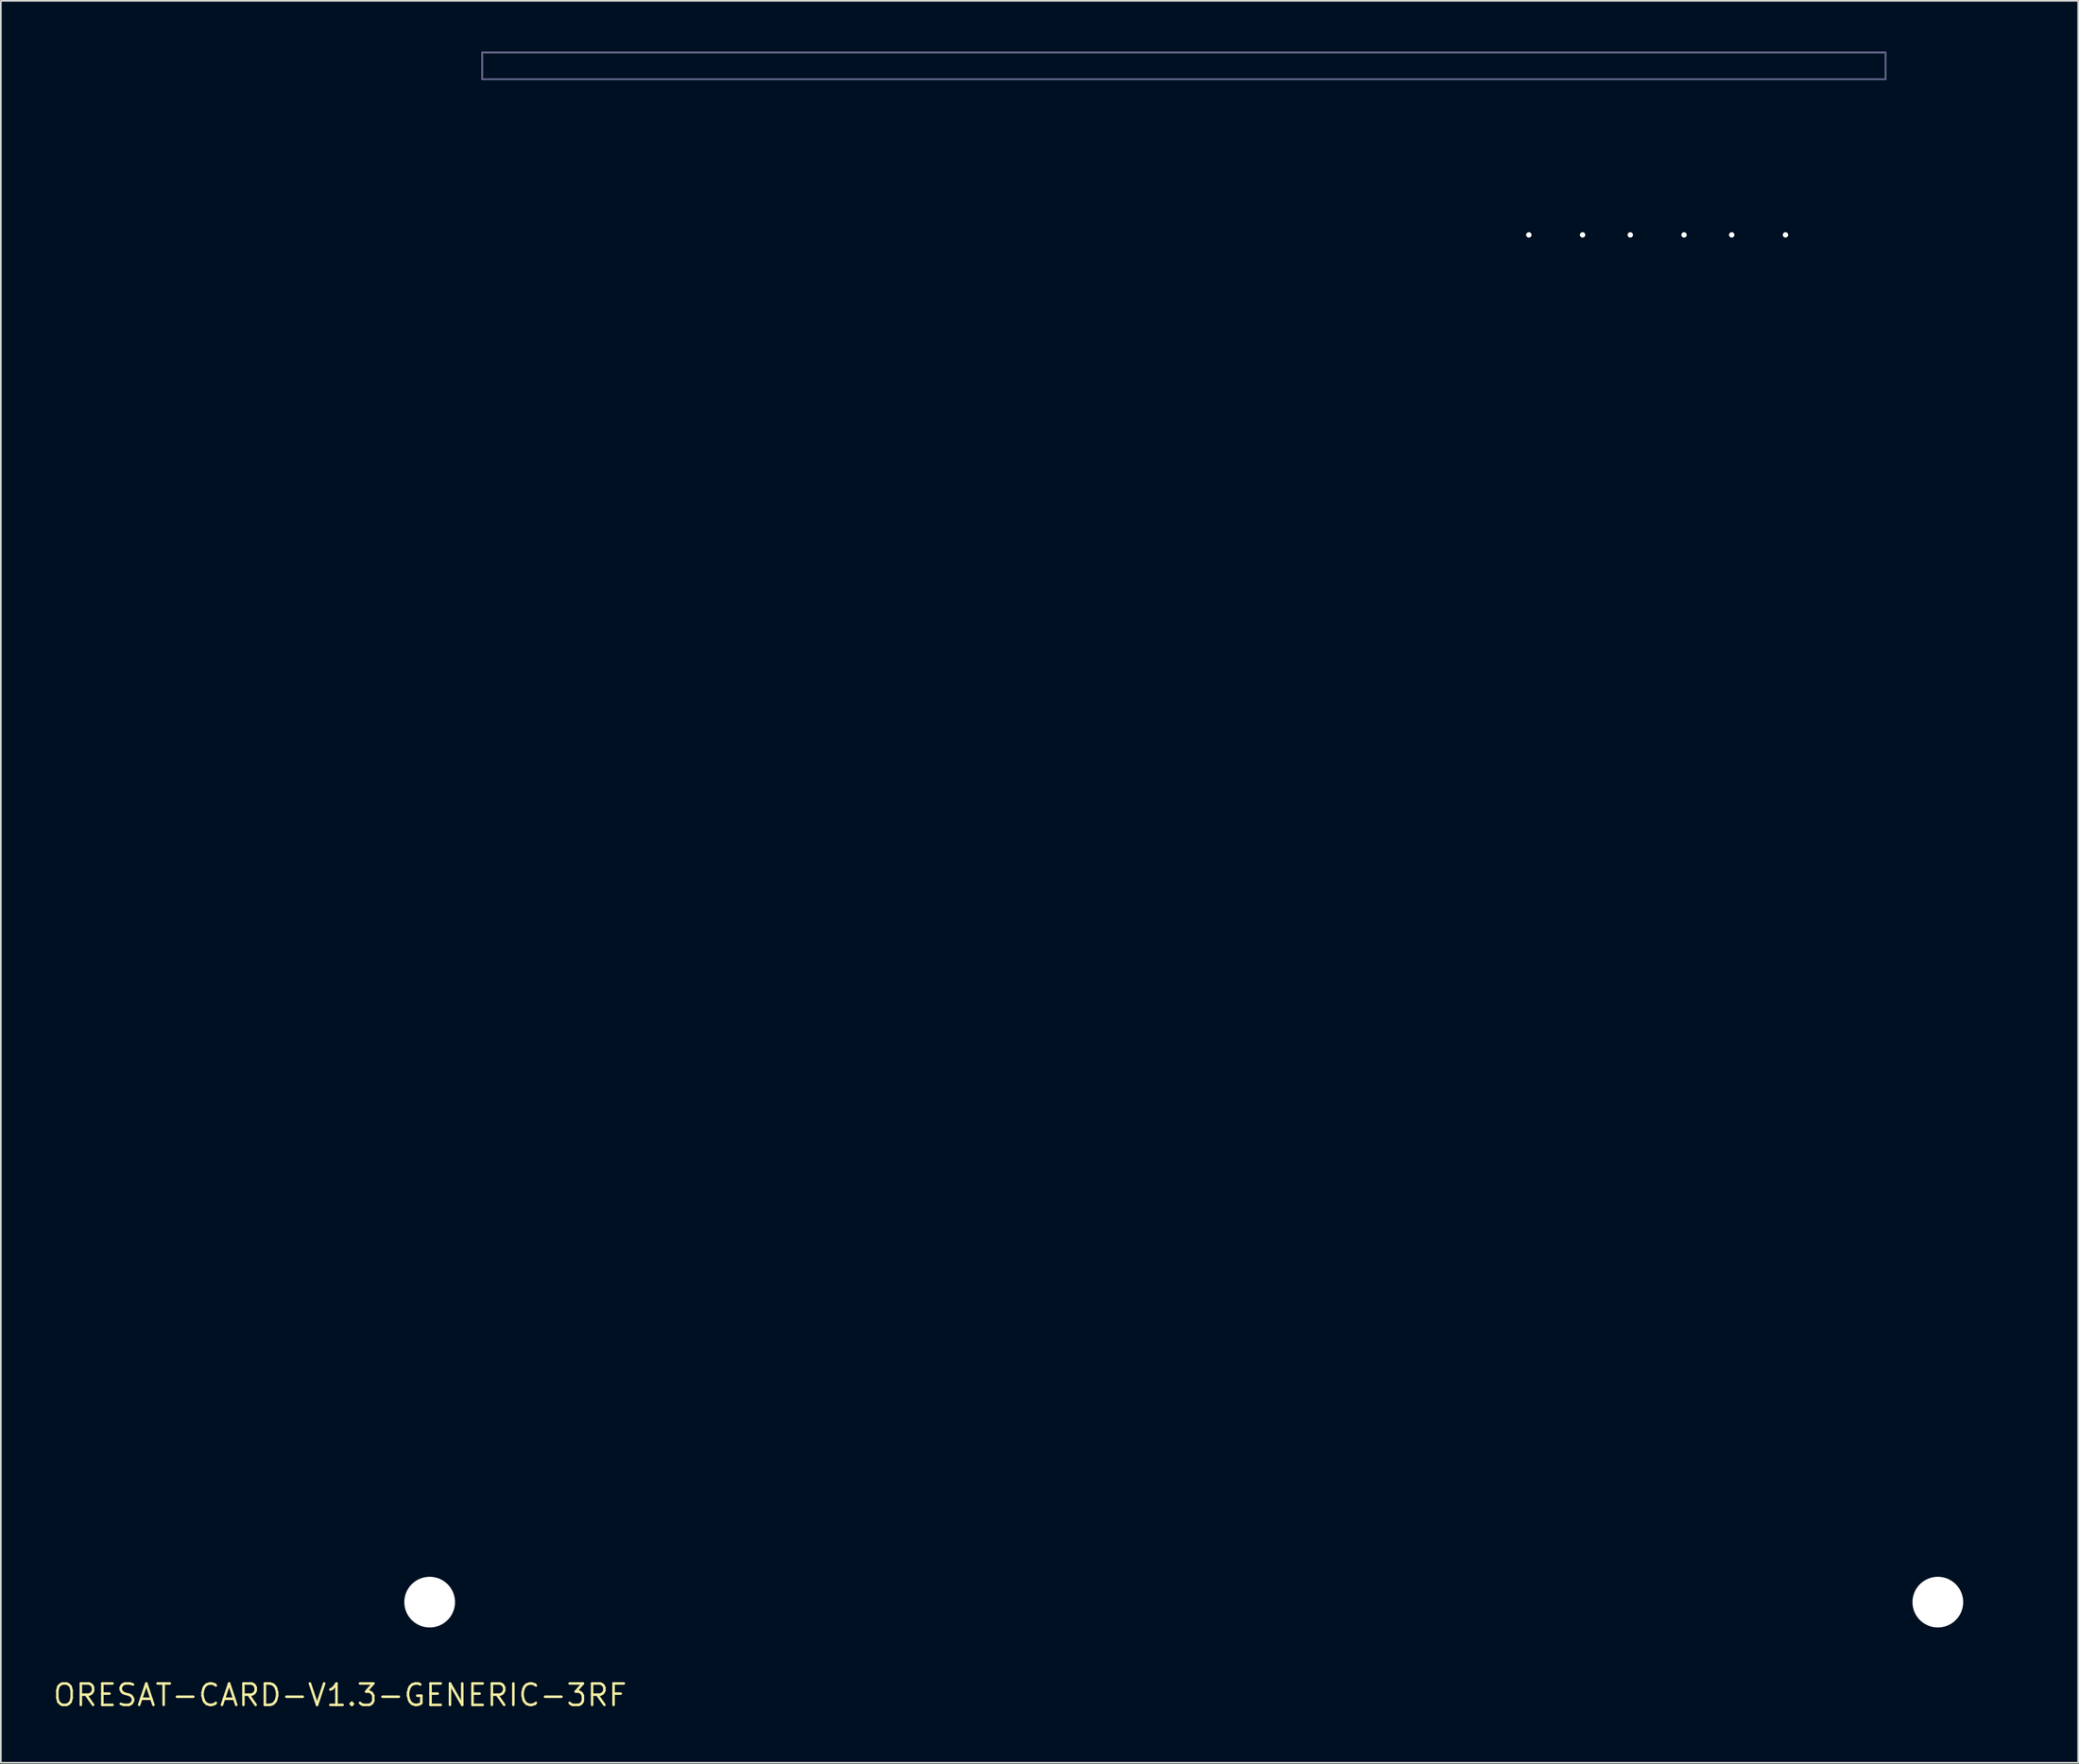
<source format=kicad_pcb>
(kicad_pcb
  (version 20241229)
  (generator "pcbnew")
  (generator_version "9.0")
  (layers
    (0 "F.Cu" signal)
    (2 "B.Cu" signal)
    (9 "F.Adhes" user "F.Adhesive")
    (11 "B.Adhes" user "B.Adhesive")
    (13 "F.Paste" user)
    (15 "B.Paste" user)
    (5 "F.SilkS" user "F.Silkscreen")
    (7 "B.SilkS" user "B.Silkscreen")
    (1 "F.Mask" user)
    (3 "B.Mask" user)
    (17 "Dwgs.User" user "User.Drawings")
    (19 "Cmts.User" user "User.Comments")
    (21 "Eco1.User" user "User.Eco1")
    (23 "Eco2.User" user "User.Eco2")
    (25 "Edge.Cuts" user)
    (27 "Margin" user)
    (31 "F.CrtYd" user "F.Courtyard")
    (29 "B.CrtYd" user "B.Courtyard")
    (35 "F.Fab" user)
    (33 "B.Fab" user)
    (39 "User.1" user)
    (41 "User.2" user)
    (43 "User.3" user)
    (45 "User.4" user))
  (footprint "ORESAT-CARD-V1.3-GENERIC-3RF"
    (layer "F.Cu")
    (at 17.062 97.25)
    (property "Reference" "ORESAT-CARD-V1.3-GENERIC-3RF" (at 0 0 0) (layer "F.SilkS") (effects (font (size 1.27 1.27) (thickness 0.15))))
    (attr through_hole)
    (fp_poly (pts (xy 2.7 -8.6) (xy 0.5 -8.6) (xy 0.345 -8.624) (xy 0.206 -8.695) (xy 0.095 -8.806) (xy 0 -9.1) (xy 0 -88.8) (xy 2.7 -91.5)) (stroke (width 0) (type solid)) (fill yes) (layer "F.Mask"))
    (fp_poly (pts (xy 99.8 -88.8) (xy 99.8 -9.1) (xy 99.776 -8.945) (xy 99.705 -8.806) (xy 99.594 -8.695) (xy 99.3 -8.6) (xy 97.1 -8.6) (xy 97.1 -91.3)) (stroke (width 0) (type solid)) (fill yes) (layer "F.Mask"))
    (fp_poly (pts (xy 84.3 -2.6) (xy 84.3 -0.5) (xy 84.276 -0.345) (xy 84.205 -0.206) (xy 84.094 -0.095) (xy 83.8 0) (xy 16 0) (xy 15.845 -0.024) (xy 15.706 -0.095) (xy 15.595 -0.206) (xy 15.5 -0.5) (xy 15.5 -2.6)) (stroke (width 0) (type solid)) (fill yes) (layer "F.Mask"))
    (fp_poly (pts (xy 2.7 -8.6) (xy 0.5 -8.6) (xy 0.345 -8.624) (xy 0.206 -8.695) (xy 0.095 -8.806) (xy 0 -9.1) (xy 0 -88.8) (xy 2.7 -91.5)) (stroke (width 0) (type solid)) (fill yes) (layer "B.Mask"))
    (fp_poly (pts (xy 99.8 -88.8) (xy 99.8 -9.1) (xy 99.776 -8.945) (xy 99.705 -8.806) (xy 99.594 -8.695) (xy 99.3 -8.6) (xy 97.1 -8.6) (xy 97.1 -91.3)) (stroke (width 0) (type solid)) (fill yes) (layer "B.Mask"))
    (fp_poly (pts (xy 84.3 -2.6) (xy 84.3 -0.5) (xy 84.276 -0.345) (xy 84.205 -0.206) (xy 84.094 -0.095) (xy 83.8 0) (xy 16 0) (xy 15.845 -0.024) (xy 15.706 -0.095) (xy 15.595 -0.206) (xy 15.5 -0.5) (xy 15.5 -2.6)) (stroke (width 0) (type solid)) (fill yes) (layer "B.Mask"))
    (fp_line (start 4.6 -2.9) (end 4.6 -93.4) (stroke (width 0.001) (type solid)) (layer "Dwgs.User"))
    (fp_line (start 4.6 -2.9) (end 4.6 -93.4) (stroke (width 0.001) (type solid)) (layer "Dwgs.User"))
    (fp_line (start 95.2 -2.9) (end 95.2 -93.4) (stroke (width 0.001) (type solid)) (layer "Dwgs.User"))
    (fp_line (start 95.2 -2.9) (end 95.2 -93.4) (stroke (width 0.001) (type solid)) (layer "Dwgs.User"))
    (fp_line (start 0 -88.8) (end 0 -9.1) (stroke (width 0.001) (type solid)) (layer "Cmts.User"))
    (fp_line (start 0.5 -8.6) (end 2.25 -8.6) (stroke (width 0.001) (type solid)) (layer "Cmts.User"))
    (fp_line (start 2.5 -91.3) (end 2.5 -8.6) (stroke (width 0.001) (type solid)) (layer "Cmts.User"))
    (fp_line (start 2.75 -8.1) (end 2.75 -3.4) (stroke (width 0.001) (type solid)) (layer "Cmts.User"))
    (fp_line (start 3.25 -2.9) (end 4.6 -2.9) (stroke (width 0.001) (type solid)) (layer "Cmts.User"))
    (fp_line (start 4.6 -93.4) (end 0 -88.8) (stroke (width 0.001) (type solid)) (layer "Cmts.User"))
    (fp_line (start 4.6 -2.9) (end 4.6 -93.4) (stroke (width 0.001) (type solid)) (layer "Cmts.User"))
    (fp_line (start 4.6 -2.9) (end 15 -2.9) (stroke (width 0.001) (type solid)) (layer "Cmts.User"))
    (fp_line (start 5.8 -94.6) (end 4.6 -93.4) (stroke (width 0.001) (type solid)) (layer "Cmts.User"))
    (fp_line (start 8.4 -95.6) (end 8.4 -97.2) (stroke (width 0.001) (type solid)) (layer "Cmts.User"))
    (fp_line (start 8.4 -2.9) (end 8.4 -94.6) (stroke (width 0.001) (type solid)) (layer "Cmts.User"))
    (fp_line (start 8.668 -94.6) (end 5.8 -94.6) (stroke (width 0.001) (type solid)) (layer "Cmts.User"))
    (fp_line (start 9.873 -87.9) (end 56.421 -87.9) (stroke (width 0.001) (type solid)) (layer "Cmts.User"))
    (fp_line (start 15.5 -2.4) (end 15.5 -0.5) (stroke (width 0.001) (type solid)) (layer "Cmts.User"))
    (fp_line (start 15.5 -2.4) (end 84.3 -2.4) (stroke (width 0.001) (type solid)) (layer "Cmts.User"))
    (fp_line (start 16 0) (end 83.8 0) (stroke (width 0.001) (type solid)) (layer "Cmts.User"))
    (fp_line (start 21.9 -89.9) (end 21.9 -85.9) (stroke (width 0.001) (type solid)) (layer "Cmts.User"))
    (fp_line (start 31.668 -94.6) (end 12.132 -94.6) (stroke (width 0.001) (type solid)) (layer "Cmts.User"))
    (fp_line (start 49.9 -44.572) (end 49.9 -89.9) (stroke (width 0.001) (type solid)) (layer "Cmts.User"))
    (fp_line (start 64.668 -94.6) (end 35.132 -94.6) (stroke (width 0.001) (type solid)) (layer "Cmts.User"))
    (fp_line (start 66.4 -93.6) (end 67.632 -93.6) (stroke (width 0.001) (type solid)) (layer "Cmts.User"))
    (fp_line (start 68.132 -93.1) (end 68.132 -91.1) (stroke (width 0.001) (type solid)) (layer "Cmts.User"))
    (fp_line (start 70.31 -90.6) (end 68.632 -90.6) (stroke (width 0.001) (type solid)) (layer "Cmts.User"))
    (fp_line (start 70.31 -86.9) (end 70.31 -90.6) (stroke (width 0.001) (type solid)) (layer "Cmts.User"))
    (fp_line (start 70.81 -86.4) (end 72.99 -86.4) (stroke (width 0.001) (type solid)) (layer "Cmts.User"))
    (fp_line (start 73.49 -86.9) (end 73.49 -90.6) (stroke (width 0.001) (type solid)) (layer "Cmts.User"))
    (fp_line (start 76.31 -90.6) (end 73.49 -90.6) (stroke (width 0.001) (type solid)) (layer "Cmts.User"))
    (fp_line (start 76.31 -86.9) (end 76.31 -90.6) (stroke (width 0.001) (type solid)) (layer "Cmts.User"))
    (fp_line (start 76.81 -86.4) (end 78.99 -86.4) (stroke (width 0.001) (type solid)) (layer "Cmts.User"))
    (fp_line (start 79.49 -86.9) (end 79.49 -90.6) (stroke (width 0.001) (type solid)) (layer "Cmts.User"))
    (fp_line (start 82.31 -90.6) (end 79.49 -90.6) (stroke (width 0.001) (type solid)) (layer "Cmts.User"))
    (fp_line (start 82.31 -86.9) (end 82.31 -90.6) (stroke (width 0.001) (type solid)) (layer "Cmts.User"))
    (fp_line (start 82.81 -86.4) (end 84.99 -86.4) (stroke (width 0.001) (type solid)) (layer "Cmts.User"))
    (fp_line (start 84.3 -0.5) (end 84.3 -2.4) (stroke (width 0.001) (type solid)) (layer "Cmts.User"))
    (fp_line (start 84.8 -2.9) (end 95.2 -2.9) (stroke (width 0.001) (type solid)) (layer "Cmts.User"))
    (fp_line (start 85.49 -86.9) (end 85.49 -90.6) (stroke (width 0.001) (type solid)) (layer "Cmts.User"))
    (fp_line (start 87.168 -90.6) (end 85.49 -90.6) (stroke (width 0.001) (type solid)) (layer "Cmts.User"))
    (fp_line (start 87.668 -93.1) (end 87.668 -91.1) (stroke (width 0.001) (type solid)) (layer "Cmts.User"))
    (fp_line (start 89.4 -93.6) (end 88.168 -93.6) (stroke (width 0.001) (type solid)) (layer "Cmts.User"))
    (fp_line (start 91.4 -97.2) (end 8.4 -97.2) (stroke (width 0.001) (type solid)) (layer "Cmts.User"))
    (fp_line (start 91.4 -97.2) (end 91.4 -95.6) (stroke (width 0.001) (type solid)) (layer "Cmts.User"))
    (fp_line (start 91.4 -95.6) (end 8.4 -95.6) (stroke (width 0.001) (type solid)) (layer "Cmts.User"))
    (fp_line (start 91.4 -2.9) (end 91.4 -94.6) (stroke (width 0.001) (type solid)) (layer "Cmts.User"))
    (fp_line (start 94 -94.6) (end 91.132 -94.6) (stroke (width 0.001) (type solid)) (layer "Cmts.User"))
    (fp_line (start 95.2 -93.4) (end 94 -94.6) (stroke (width 0.001) (type solid)) (layer "Cmts.User"))
    (fp_line (start 95.2 -2.9) (end 95.2 -93.4) (stroke (width 0.001) (type solid)) (layer "Cmts.User"))
    (fp_line (start 95.2 -2.9) (end 96.55 -2.9) (stroke (width 0.001) (type solid)) (layer "Cmts.User"))
    (fp_line (start 97.05 -3.4) (end 97.05 -8.1) (stroke (width 0.001) (type solid)) (layer "Cmts.User"))
    (fp_line (start 97.3 -8.55) (end 97.3 -91.3) (stroke (width 0.001) (type solid)) (layer "Cmts.User"))
    (fp_line (start 97.55 -8.6) (end 99.3 -8.6) (stroke (width 0.001) (type solid)) (layer "Cmts.User"))
    (fp_line (start 99.8 -88.8) (end 95.2 -93.4) (stroke (width 0.001) (type solid)) (layer "Cmts.User"))
    (fp_line (start 99.8 -9.1) (end 99.8 -88.8) (stroke (width 0.001) (type solid)) (layer "Cmts.User"))
    (fp_arc (start 0.5 -8.6) (mid 0.146447 -8.746447) (end 0 -9.1) (stroke (width 0.001) (type solid)) (layer "Cmts.User"))
    (fp_arc (start 2.25 -8.6) (mid 2.603553 -8.453553) (end 2.75 -8.1) (stroke (width 0.001) (type solid)) (layer "Cmts.User"))
    (fp_arc (start 3.25 -2.9) (mid 2.896447 -3.046447) (end 2.75 -3.4) (stroke (width 0.001) (type solid)) (layer "Cmts.User"))
    (fp_arc (start 12.13205 -94.6) (mid 10.400001 -93.6) (end 8.667951 -94.599999) (stroke (width 0.001) (type solid)) (layer "Cmts.User"))
    (fp_arc (start 15 -2.9) (mid 15.353553 -2.753553) (end 15.5 -2.4) (stroke (width 0.001) (type solid)) (layer "Cmts.User"))
    (fp_arc (start 16 0) (mid 15.646447 -0.146447) (end 15.5 -0.5) (stroke (width 0.001) (type solid)) (layer "Cmts.User"))
    (fp_arc (start 35.13205 -94.6) (mid 33.400001 -93.6) (end 31.667951 -94.599999) (stroke (width 0.001) (type solid)) (layer "Cmts.User"))
    (fp_arc (start 66.4 -93.6) (mid 65.400001 -93.867949) (end 64.66795 -94.599999) (stroke (width 0.001) (type solid)) (layer "Cmts.User"))
    (fp_arc (start 67.63205 -93.6) (mid 67.985603 -93.453553) (end 68.13205 -93.1) (stroke (width 0.001) (type solid)) (layer "Cmts.User"))
    (fp_arc (start 68.63205 -90.6) (mid 68.278497 -90.746447) (end 68.13205 -91.1) (stroke (width 0.001) (type solid)) (layer "Cmts.User"))
    (fp_arc (start 70.81 -86.4) (mid 70.456447 -86.546447) (end 70.31 -86.9) (stroke (width 0.001) (type solid)) (layer "Cmts.User"))
    (fp_arc (start 73.49 -86.9) (mid 73.343553 -86.546447) (end 72.99 -86.4) (stroke (width 0.001) (type solid)) (layer "Cmts.User"))
    (fp_arc (start 76.81 -86.4) (mid 76.456447 -86.546447) (end 76.31 -86.9) (stroke (width 0.001) (type solid)) (layer "Cmts.User"))
    (fp_arc (start 79.49 -86.9) (mid 79.343553 -86.546447) (end 78.99 -86.4) (stroke (width 0.001) (type solid)) (layer "Cmts.User"))
    (fp_arc (start 82.81 -86.4) (mid 82.456447 -86.546447) (end 82.31 -86.9) (stroke (width 0.001) (type solid)) (layer "Cmts.User"))
    (fp_arc (start 84.3 -2.4) (mid 84.446447 -2.753553) (end 84.8 -2.9) (stroke (width 0.001) (type solid)) (layer "Cmts.User"))
    (fp_arc (start 84.3 -0.5) (mid 84.153553 -0.146447) (end 83.8 0) (stroke (width 0.001) (type solid)) (layer "Cmts.User"))
    (fp_arc (start 85.49 -86.9) (mid 85.343553 -86.546447) (end 84.99 -86.4) (stroke (width 0.001) (type solid)) (layer "Cmts.User"))
    (fp_arc (start 87.66795 -93.1) (mid 87.814397 -93.453553) (end 88.16795 -93.6) (stroke (width 0.001) (type solid)) (layer "Cmts.User"))
    (fp_arc (start 87.66795 -91.1) (mid 87.521503 -90.746447) (end 87.16795 -90.6) (stroke (width 0.001) (type solid)) (layer "Cmts.User"))
    (fp_arc (start 91.13205 -94.6) (mid 90.4 -93.867949) (end 89.4 -93.599999) (stroke (width 0.001) (type solid)) (layer "Cmts.User"))
    (fp_arc (start 97.05 -8.1) (mid 97.196447 -8.453553) (end 97.55 -8.6) (stroke (width 0.001) (type solid)) (layer "Cmts.User"))
    (fp_arc (start 97.05 -3.4) (mid 96.903553 -3.046447) (end 96.55 -2.9) (stroke (width 0.001) (type solid)) (layer "Cmts.User"))
    (fp_arc (start 99.8 -9.1) (mid 99.653553 -8.746447) (end 99.3 -8.6) (stroke (width 0.001) (type solid)) (layer "Cmts.User"))
    (fp_circle (center 49.9 -49.8) (end 52.4 -49.8) (stroke (width 0.001) (type solid)) (fill no) (layer "Cmts.User"))
    (fp_circle (center 70.31 -86.4) (end 70.47 -86.4) (stroke (width 0.001) (type solid)) (fill no) (layer "Cmts.User"))
    (fp_circle (center 73.49 -86.4) (end 73.65 -86.4) (stroke (width 0.001) (type solid)) (fill no) (layer "Cmts.User"))
    (fp_circle (center 76.31 -86.4) (end 76.47 -86.4) (stroke (width 0.001) (type solid)) (fill no) (layer "Cmts.User"))
    (fp_circle (center 79.49 -86.4) (end 79.65 -86.4) (stroke (width 0.001) (type solid)) (fill no) (layer "Cmts.User"))
    (fp_circle (center 82.31 -86.4) (end 82.47 -86.4) (stroke (width 0.001) (type solid)) (fill no) (layer "Cmts.User"))
    (fp_circle (center 85.49 -86.4) (end 85.65 -86.4) (stroke (width 0.001) (type solid)) (fill no) (layer "Cmts.User"))
    (fp_line (start 0 -88.8) (end 0 -9.1) (stroke (width 0.001) (type solid)) (layer "Edge.Cuts"))
    (fp_line (start 0.5 -8.6) (end 2.25 -8.6) (stroke (width 0.001) (type solid)) (layer "Edge.Cuts"))
    (fp_line (start 2.75 -8.1) (end 2.75 -3.4) (stroke (width 0.001) (type solid)) (layer "Edge.Cuts"))
    (fp_line (start 3.25 -2.9) (end 15 -2.9) (stroke (width 0.001) (type solid)) (layer "Edge.Cuts"))
    (fp_line (start 5.8 -94.6) (end 0 -88.8) (stroke (width 0.001) (type solid)) (layer "Edge.Cuts"))
    (fp_line (start 8.668 -94.6) (end 5.8 -94.6) (stroke (width 0.001) (type solid)) (layer "Edge.Cuts"))
    (fp_line (start 15.5 -2.4) (end 15.5 -0.5) (stroke (width 0.001) (type solid)) (layer "Edge.Cuts"))
    (fp_line (start 16 0) (end 83.8 0) (stroke (width 0.001) (type solid)) (layer "Edge.Cuts"))
    (fp_line (start 31.668 -94.6) (end 12.132 -94.6) (stroke (width 0.001) (type solid)) (layer "Edge.Cuts"))
    (fp_line (start 64.668 -94.6) (end 35.132 -94.6) (stroke (width 0.001) (type solid)) (layer "Edge.Cuts"))
    (fp_line (start 66.4 -93.6) (end 67.632 -93.6) (stroke (width 0.001) (type solid)) (layer "Edge.Cuts"))
    (fp_line (start 68.132 -93.1) (end 68.132 -91.1) (stroke (width 0.001) (type solid)) (layer "Edge.Cuts"))
    (fp_line (start 70.31 -90.6) (end 68.632 -90.6) (stroke (width 0.001) (type solid)) (layer "Edge.Cuts"))
    (fp_line (start 70.31 -86.9) (end 70.31 -90.6) (stroke (width 0.001) (type solid)) (layer "Edge.Cuts"))
    (fp_line (start 70.81 -86.4) (end 72.99 -86.4) (stroke (width 0.001) (type solid)) (layer "Edge.Cuts"))
    (fp_line (start 73.49 -86.9) (end 73.49 -90.6) (stroke (width 0.001) (type solid)) (layer "Edge.Cuts"))
    (fp_line (start 76.31 -90.6) (end 73.49 -90.6) (stroke (width 0.001) (type solid)) (layer "Edge.Cuts"))
    (fp_line (start 76.31 -86.9) (end 76.31 -90.6) (stroke (width 0.001) (type solid)) (layer "Edge.Cuts"))
    (fp_line (start 76.81 -86.4) (end 78.99 -86.4) (stroke (width 0.001) (type solid)) (layer "Edge.Cuts"))
    (fp_line (start 79.49 -86.9) (end 79.49 -90.6) (stroke (width 0.001) (type solid)) (layer "Edge.Cuts"))
    (fp_line (start 82.31 -90.6) (end 79.49 -90.6) (stroke (width 0.001) (type solid)) (layer "Edge.Cuts"))
    (fp_line (start 82.31 -86.9) (end 82.31 -90.6) (stroke (width 0.001) (type solid)) (layer "Edge.Cuts"))
    (fp_line (start 82.81 -86.4) (end 84.99 -86.4) (stroke (width 0.001) (type solid)) (layer "Edge.Cuts"))
    (fp_line (start 84.3 -0.5) (end 84.3 -2.4) (stroke (width 0.001) (type solid)) (layer "Edge.Cuts"))
    (fp_line (start 84.8 -2.9) (end 96.55 -2.9) (stroke (width 0.001) (type solid)) (layer "Edge.Cuts"))
    (fp_line (start 85.49 -86.9) (end 85.49 -90.6) (stroke (width 0.001) (type solid)) (layer "Edge.Cuts"))
    (fp_line (start 87.168 -90.6) (end 85.49 -90.6) (stroke (width 0.001) (type solid)) (layer "Edge.Cuts"))
    (fp_line (start 87.668 -93.1) (end 87.668 -91.1) (stroke (width 0.001) (type solid)) (layer "Edge.Cuts"))
    (fp_line (start 89.4 -93.6) (end 88.168 -93.6) (stroke (width 0.001) (type solid)) (layer "Edge.Cuts"))
    (fp_line (start 94 -94.6) (end 91.132 -94.6) (stroke (width 0.001) (type solid)) (layer "Edge.Cuts"))
    (fp_line (start 97.05 -3.4) (end 97.05 -8.1) (stroke (width 0.001) (type solid)) (layer "Edge.Cuts"))
    (fp_line (start 97.55 -8.6) (end 99.3 -8.6) (stroke (width 0.001) (type solid)) (layer "Edge.Cuts"))
    (fp_line (start 99.8 -88.8) (end 94 -94.6) (stroke (width 0.001) (type solid)) (layer "Edge.Cuts"))
    (fp_line (start 99.8 -9.1) (end 99.8 -88.8) (stroke (width 0.001) (type solid)) (layer "Edge.Cuts"))
    (fp_arc (start 0.5 -8.6) (mid 0.146447 -8.746447) (end 0 -9.1) (stroke (width 0.001) (type solid)) (layer "Edge.Cuts"))
    (fp_arc (start 2.25 -8.6) (mid 2.603553 -8.453553) (end 2.75 -8.1) (stroke (width 0.001) (type solid)) (layer "Edge.Cuts"))
    (fp_arc (start 3.25 -2.9) (mid 2.896447 -3.046447) (end 2.75 -3.4) (stroke (width 0.001) (type solid)) (layer "Edge.Cuts"))
    (fp_arc (start 12.132049 -94.599999) (mid 10.399999 -93.600001) (end 8.66795 -94.6) (stroke (width 0.001) (type solid)) (layer "Edge.Cuts"))
    (fp_arc (start 15 -2.9) (mid 15.353553 -2.753553) (end 15.5 -2.4) (stroke (width 0.001) (type solid)) (layer "Edge.Cuts"))
    (fp_arc (start 16 0) (mid 15.646447 -0.146447) (end 15.5 -0.5) (stroke (width 0.001) (type solid)) (layer "Edge.Cuts"))
    (fp_arc (start 35.132049 -94.599999) (mid 33.399999 -93.600001) (end 31.66795 -94.6) (stroke (width 0.001) (type solid)) (layer "Edge.Cuts"))
    (fp_arc (start 66.399999 -93.6) (mid 65.4 -93.867949) (end 64.66795 -94.6) (stroke (width 0.001) (type solid)) (layer "Edge.Cuts"))
    (fp_arc (start 67.63205 -93.6) (mid 67.985603 -93.453553) (end 68.13205 -93.1) (stroke (width 0.001) (type solid)) (layer "Edge.Cuts"))
    (fp_arc (start 68.63205 -90.6) (mid 68.278497 -90.746447) (end 68.13205 -91.1) (stroke (width 0.001) (type solid)) (layer "Edge.Cuts"))
    (fp_arc (start 70.81 -86.4) (mid 70.456447 -86.546447) (end 70.31 -86.9) (stroke (width 0.001) (type solid)) (layer "Edge.Cuts"))
    (fp_arc (start 73.49 -86.9) (mid 73.343553 -86.546447) (end 72.99 -86.4) (stroke (width 0.001) (type solid)) (layer "Edge.Cuts"))
    (fp_arc (start 76.81 -86.4) (mid 76.456447 -86.546447) (end 76.31 -86.9) (stroke (width 0.001) (type solid)) (layer "Edge.Cuts"))
    (fp_arc (start 79.49 -86.9) (mid 79.343553 -86.546447) (end 78.99 -86.4) (stroke (width 0.001) (type solid)) (layer "Edge.Cuts"))
    (fp_arc (start 82.81 -86.4) (mid 82.456447 -86.546447) (end 82.31 -86.9) (stroke (width 0.001) (type solid)) (layer "Edge.Cuts"))
    (fp_arc (start 84.3 -2.4) (mid 84.446447 -2.753553) (end 84.8 -2.9) (stroke (width 0.001) (type solid)) (layer "Edge.Cuts"))
    (fp_arc (start 84.3 -0.5) (mid 84.153553 -0.146447) (end 83.8 0) (stroke (width 0.001) (type solid)) (layer "Edge.Cuts"))
    (fp_arc (start 85.49 -86.9) (mid 85.343553 -86.546447) (end 84.99 -86.4) (stroke (width 0.001) (type solid)) (layer "Edge.Cuts"))
    (fp_arc (start 87.66795 -93.1) (mid 87.814397 -93.453553) (end 88.16795 -93.6) (stroke (width 0.001) (type solid)) (layer "Edge.Cuts"))
    (fp_arc (start 87.66795 -91.1) (mid 87.521503 -90.746447) (end 87.16795 -90.6) (stroke (width 0.001) (type solid)) (layer "Edge.Cuts"))
    (fp_arc (start 91.132049 -94.6) (mid 90.399999 -93.86795) (end 89.4 -93.6) (stroke (width 0.001) (type solid)) (layer "Edge.Cuts"))
    (fp_arc (start 97.05 -8.1) (mid 97.196447 -8.453553) (end 97.55 -8.6) (stroke (width 0.001) (type solid)) (layer "Edge.Cuts"))
    (fp_arc (start 97.05 -3.4) (mid 96.903553 -3.046447) (end 96.55 -2.9) (stroke (width 0.001) (type solid)) (layer "Edge.Cuts"))
    (fp_arc (start 99.8 -9.1) (mid 99.653553 -8.746447) (end 99.3 -8.6) (stroke (width 0.001) (type solid)) (layer "Edge.Cuts"))
    (fp_line (start 4.6 -2.9) (end 4.6 -93.4) (stroke (width 0.001) (type solid)) (layer "B.Fab"))
    (fp_line (start 8.4 -2.9) (end 8.4 -94.6) (stroke (width 0.001) (type solid)) (layer "B.Fab"))
    (fp_line (start 91.4 -2.9) (end 91.4 -94.6) (stroke (width 0.001) (type solid)) (layer "B.Fab"))
    (fp_line (start 95.2 -2.9) (end 95.2 -93.4) (stroke (width 0.001) (type solid)) (layer "B.Fab"))
    (fp_poly (pts (xy 8.4 -95.6) (xy 91.4 -95.6) (xy 91.4 -97.2) (xy 8.4 -97.2)) (stroke (width 0.1) (type solid)) (fill no) (layer "B.Fab"))
    (fp_line (start 4.6 -2.9) (end 4.6 -93.4) (stroke (width 0.001) (type solid)) (layer "F.Fab"))
    (fp_line (start 8.4 -2.9) (end 8.4 -94.6) (stroke (width 0.001) (type solid)) (layer "F.Fab"))
    (fp_line (start 20.9 -87.894) (end 22.9 -87.894) (stroke (width 0.001) (type solid)) (layer "F.Fab"))
    (fp_line (start 21.9 -88.894) (end 21.9 -86.894) (stroke (width 0.001) (type solid)) (layer "F.Fab"))
    (fp_line (start 48.9 -87.894) (end 50.9 -87.894) (stroke (width 0.001) (type solid)) (layer "F.Fab"))
    (fp_line (start 48.9 -49.8) (end 50.9 -49.8) (stroke (width 0.001) (type solid)) (layer "F.Fab"))
    (fp_line (start 49.9 -88.894) (end 49.9 -86.894) (stroke (width 0.001) (type solid)) (layer "F.Fab"))
    (fp_line (start 49.9 -50.8) (end 49.9 -48.8) (stroke (width 0.001) (type solid)) (layer "F.Fab"))
    (fp_line (start 91.4 -2.9) (end 91.4 -94.6) (stroke (width 0.001) (type solid)) (layer "F.Fab"))
    (fp_line (start 95.2 -2.9) (end 95.2 -93.4) (stroke (width 0.001) (type solid)) (layer "F.Fab"))
    (fp_circle (center 21.9 -87.894) (end 22.4 -87.894) (stroke (width 0.001) (type solid)) (fill no) (layer "F.Fab"))
    (fp_circle (center 49.9 -87.894) (end 50.4 -87.894) (stroke (width 0.001) (type solid)) (fill no) (layer "F.Fab"))
    (fp_circle (center 49.9 -49.8) (end 50.4 -49.8) (stroke (width 0.001) (type solid)) (fill no) (layer "F.Fab"))
    (fp_poly (pts (xy 8.4 -95.6) (xy 91.4 -95.6) (xy 91.4 -97.2) (xy 8.4 -97.2)) (stroke (width 0.1) (type solid)) (fill no) (layer "F.Fab"))
    (pad "" np_thru_hole circle (at 5.3 -5.5) (size 3 3) (drill 3) (layers "*.Cu" "*.Mask"))
    (pad "" np_thru_hole circle (at 70.31 -86.4) (size 0.32 0.32) (drill 0.32) (layers "*.Cu" "*.Mask"))
    (pad "" np_thru_hole circle (at 73.49 -86.4) (size 0.32 0.32) (drill 0.32) (layers "*.Cu" "*.Mask"))
    (pad "" np_thru_hole circle (at 76.31 -86.4) (size 0.32 0.32) (drill 0.32) (layers "*.Cu" "*.Mask"))
    (pad "" np_thru_hole circle (at 79.49 -86.4) (size 0.32 0.32) (drill 0.32) (layers "*.Cu" "*.Mask"))
    (pad "" np_thru_hole circle (at 82.31 -86.4) (size 0.32 0.32) (drill 0.32) (layers "*.Cu" "*.Mask"))
    (pad "" np_thru_hole circle (at 85.49 -86.4) (size 0.32 0.32) (drill 0.32) (layers "*.Cu" "*.Mask"))
    (pad "" np_thru_hole circle (at 94.5 -5.5) (size 3 3) (drill 3) (layers "*.Cu" "*.Mask")))
  (gr_rect
    (start -3 -3)
    (end 119.862 101.256)
    (stroke (width 0.1) (type default))
    (fill no)
    (layer "Edge.Cuts")))
</source>
